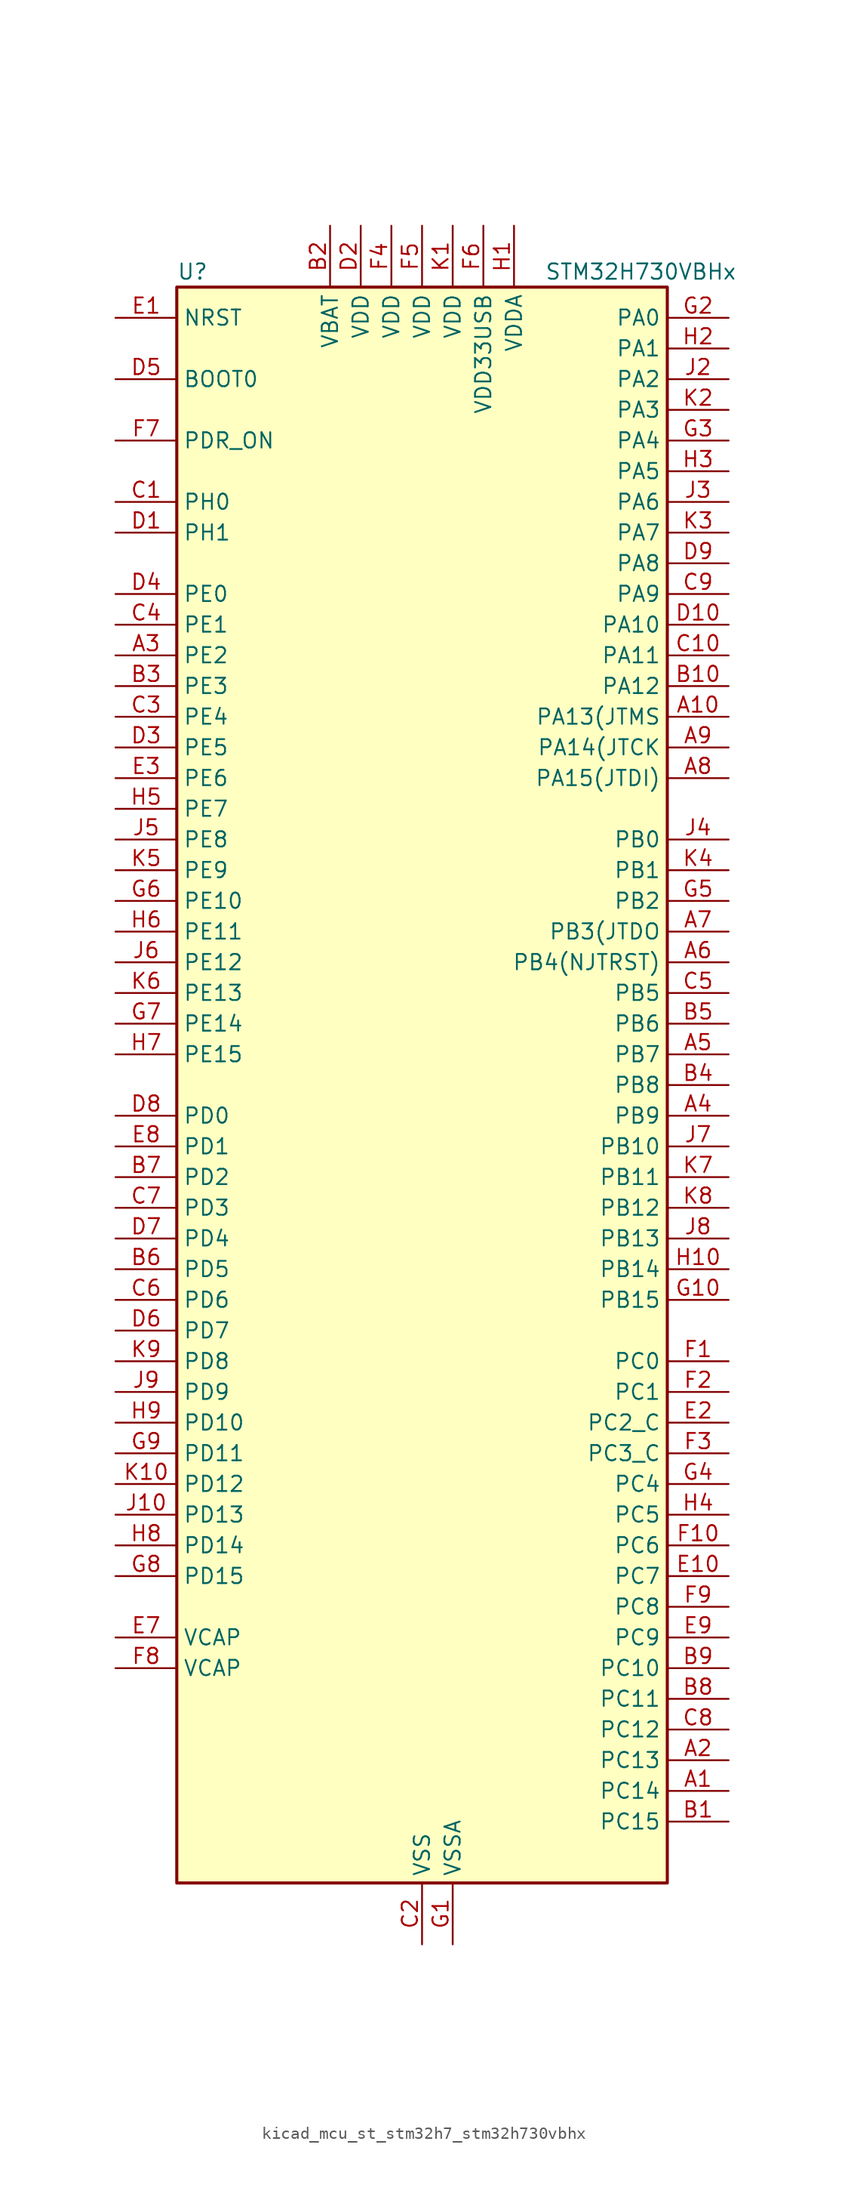
<source format=kicad_sym>
(kicad_symbol_lib
  (version 20220914)
  (generator kicad_symbol_editor)
  (symbol "kicad_mcu_st_stm32h7_stm32h730vbhx"
    (property "Reference" "U"
      (at -20.32 67.31 0)
      (effects (font (size 1.27 1.27)) (justify left)))
    (property "Value" "STM32H730VBHx"
      (at 10.16 67.31 0)
      (effects (font (size 1.27 1.27)) (justify left)))
    (property "ki_locked" ""
      (at 0 0 0)
      (effects (font (size 1.27 1.27))))
    (symbol "kicad_mcu_st_stm32h7_stm32h730vbhx_0_1"
      (rectangle (start -20.32 -66.04) (end 20.32 66.04) (stroke (width 0.254) (type default)) (fill (type background))))
    (symbol "kicad_mcu_st_stm32h7_stm32h730vbhx_1_1"
      (pin bidirectional line (at 25.4 -58.42 180) (length 5.08) (name "PC14" (effects (font (size 1.27 1.27)))) (number "A1" (effects (font (size 1.27 1.27)))) (alternate "RCC_OSC32_IN" bidirectional line))
      (pin bidirectional line (at 25.4 30.48 180) (length 5.08) (name "PA13(JTMS" (effects (font (size 1.27 1.27)))) (number "A10" (effects (font (size 1.27 1.27)))) (alternate "DEBUG_JTMS-SWDIO" bidirectional line))
      (pin bidirectional line (at 25.4 -55.88 180) (length 5.08) (name "PC13" (effects (font (size 1.27 1.27)))) (number "A2" (effects (font (size 1.27 1.27)))) (alternate "PWR_WKUP4" bidirectional line) (alternate "RTC_OUT_ALARM" bidirectional line) (alternate "RTC_OUT_CALIB" bidirectional line) (alternate "RTC_TAMP1" bidirectional line) (alternate "RTC_TS" bidirectional line))
      (pin bidirectional line (at -25.4 35.56 0) (length 5.08) (name "PE2" (effects (font (size 1.27 1.27)))) (number "A3" (effects (font (size 1.27 1.27)))) (alternate "DEBUG_TRACECLK" bidirectional line) (alternate "ETH_TXD3" bidirectional line) (alternate "FMC_A23" bidirectional line) (alternate "OCTOSPIM_P1_IO2" bidirectional line) (alternate "SAI1_CK1" bidirectional line) (alternate "SAI1_MCLK_A" bidirectional line) (alternate "SAI4_CK1" bidirectional line) (alternate "SAI4_MCLK_A" bidirectional line) (alternate "SPI4_SCK" bidirectional line) (alternate "USART10_RX" bidirectional line))
      (pin bidirectional line (at 25.4 -2.54 180) (length 5.08) (name "PB9" (effects (font (size 1.27 1.27)))) (number "A4" (effects (font (size 1.27 1.27)))) (alternate "DAC1_EXTI9" bidirectional line) (alternate "DCMI_D7" bidirectional line) (alternate "DFSDM1_DATIN7" bidirectional line) (alternate "FDCAN1_TX" bidirectional line) (alternate "I2C1_SDA" bidirectional line) (alternate "I2C4_SDA" bidirectional line) (alternate "I2C4_SMBA" bidirectional line) (alternate "I2S2_WS" bidirectional line) (alternate "LTDC_B7" bidirectional line) (alternate "PSSI_D7" bidirectional line) (alternate "SDMMC1_CDIR" bidirectional line) (alternate "SDMMC1_D5" bidirectional line) (alternate "SDMMC2_D5" bidirectional line) (alternate "SPI2_NSS" bidirectional line) (alternate "TIM17_CH1" bidirectional line) (alternate "TIM4_CH4" bidirectional line) (alternate "UART4_TX" bidirectional line))
      (pin bidirectional line (at 25.4 2.54 180) (length 5.08) (name "PB7" (effects (font (size 1.27 1.27)))) (number "A5" (effects (font (size 1.27 1.27)))) (alternate "DCMI_VSYNC" bidirectional line) (alternate "DFSDM1_CKIN5" bidirectional line) (alternate "FMC_NL" bidirectional line) (alternate "I2C1_SDA" bidirectional line) (alternate "I2C4_SDA" bidirectional line) (alternate "LPUART1_RX" bidirectional line) (alternate "PSSI_RDY" bidirectional line) (alternate "PWR_PVD_IN" bidirectional line) (alternate "TIM17_CH1N" bidirectional line) (alternate "TIM4_CH2" bidirectional line) (alternate "USART1_RX" bidirectional line))
      (pin bidirectional line (at 25.4 10.16 180) (length 5.08) (name "PB4(NJTRST)" (effects (font (size 1.27 1.27)))) (number "A6" (effects (font (size 1.27 1.27)))) (alternate "DEBUG_JTRST" bidirectional line) (alternate "I2S1_SDI" bidirectional line) (alternate "I2S2_WS" bidirectional line) (alternate "I2S3_SDI" bidirectional line) (alternate "I2S6_SDI" bidirectional line) (alternate "SDMMC2_D3" bidirectional line) (alternate "SPI1_MISO" bidirectional line) (alternate "SPI2_NSS" bidirectional line) (alternate "SPI3_MISO" bidirectional line) (alternate "SPI6_MISO" bidirectional line) (alternate "TIM16_BKIN" bidirectional line) (alternate "TIM3_CH1" bidirectional line) (alternate "UART7_TX" bidirectional line))
      (pin bidirectional line (at 25.4 12.7 180) (length 5.08) (name "PB3(JTDO" (effects (font (size 1.27 1.27)))) (number "A7" (effects (font (size 1.27 1.27)))) (alternate "CRS_SYNC" bidirectional line) (alternate "DEBUG_JTDO-SWO" bidirectional line) (alternate "I2S1_CK" bidirectional line) (alternate "I2S3_CK" bidirectional line) (alternate "I2S6_CK" bidirectional line) (alternate "SDMMC2_D2" bidirectional line) (alternate "SPI1_SCK" bidirectional line) (alternate "SPI3_SCK" bidirectional line) (alternate "SPI6_SCK" bidirectional line) (alternate "TIM24_ETR" bidirectional line) (alternate "TIM2_CH2" bidirectional line) (alternate "UART7_RX" bidirectional line))
      (pin bidirectional line (at 25.4 25.4 180) (length 5.08) (name "PA15(JTDI)" (effects (font (size 1.27 1.27)))) (number "A8" (effects (font (size 1.27 1.27)))) (alternate "ADC1_EXTI15" bidirectional line) (alternate "ADC2_EXTI15" bidirectional line) (alternate "ADC3_EXTI15" bidirectional line) (alternate "CEC" bidirectional line) (alternate "DEBUG_JTDI" bidirectional line) (alternate "I2S1_WS" bidirectional line) (alternate "I2S3_WS" bidirectional line) (alternate "I2S6_WS" bidirectional line) (alternate "LTDC_B6" bidirectional line) (alternate "LTDC_R3" bidirectional line) (alternate "SPI1_NSS" bidirectional line) (alternate "SPI3_NSS" bidirectional line) (alternate "SPI6_NSS" bidirectional line) (alternate "TIM2_CH1" bidirectional line) (alternate "TIM2_ETR" bidirectional line) (alternate "UART4_DE" bidirectional line) (alternate "UART4_RTS" bidirectional line) (alternate "UART7_TX" bidirectional line))
      (pin bidirectional line (at 25.4 27.94 180) (length 5.08) (name "PA14(JTCK" (effects (font (size 1.27 1.27)))) (number "A9" (effects (font (size 1.27 1.27)))) (alternate "DEBUG_JTCK-SWCLK" bidirectional line))
      (pin bidirectional line (at 25.4 -60.96 180) (length 5.08) (name "PC15" (effects (font (size 1.27 1.27)))) (number "B1" (effects (font (size 1.27 1.27)))) (alternate "ADC1_EXTI15" bidirectional line) (alternate "ADC2_EXTI15" bidirectional line) (alternate "ADC3_EXTI15" bidirectional line) (alternate "RCC_OSC32_OUT" bidirectional line))
      (pin bidirectional line (at 25.4 33.02 180) (length 5.08) (name "PA12" (effects (font (size 1.27 1.27)))) (number "B10" (effects (font (size 1.27 1.27)))) (alternate "FDCAN1_TX" bidirectional line) (alternate "I2S2_CK" bidirectional line) (alternate "LPUART1_DE" bidirectional line) (alternate "LPUART1_RTS" bidirectional line) (alternate "LTDC_R5" bidirectional line) (alternate "SAI4_FS_B" bidirectional line) (alternate "SPI2_SCK" bidirectional line) (alternate "TIM1_BKIN2" bidirectional line) (alternate "TIM1_ETR" bidirectional line) (alternate "UART4_TX" bidirectional line) (alternate "USART1_DE" bidirectional line) (alternate "USART1_RTS" bidirectional line) (alternate "USB_OTG_HS_DP" bidirectional line))
      (pin power_in line (at -7.62 71.12 270) (length 5.08) (name "VBAT" (effects (font (size 1.27 1.27)))) (number "B2" (effects (font (size 1.27 1.27)))))
      (pin bidirectional line (at -25.4 33.02 0) (length 5.08) (name "PE3" (effects (font (size 1.27 1.27)))) (number "B3" (effects (font (size 1.27 1.27)))) (alternate "DEBUG_TRACED0" bidirectional line) (alternate "FMC_A19" bidirectional line) (alternate "SAI1_SD_B" bidirectional line) (alternate "SAI4_SD_B" bidirectional line) (alternate "TIM15_BKIN" bidirectional line) (alternate "USART10_TX" bidirectional line))
      (pin bidirectional line (at 25.4 0 180) (length 5.08) (name "PB8" (effects (font (size 1.27 1.27)))) (number "B4" (effects (font (size 1.27 1.27)))) (alternate "DCMI_D6" bidirectional line) (alternate "DFSDM1_CKIN7" bidirectional line) (alternate "ETH_TXD3" bidirectional line) (alternate "FDCAN1_RX" bidirectional line) (alternate "I2C1_SCL" bidirectional line) (alternate "I2C4_SCL" bidirectional line) (alternate "LTDC_B6" bidirectional line) (alternate "PSSI_D6" bidirectional line) (alternate "SDMMC1_CKIN" bidirectional line) (alternate "SDMMC1_D4" bidirectional line) (alternate "SDMMC2_D4" bidirectional line) (alternate "TIM16_CH1" bidirectional line) (alternate "TIM4_CH3" bidirectional line) (alternate "UART4_RX" bidirectional line))
      (pin bidirectional line (at 25.4 5.08 180) (length 5.08) (name "PB6" (effects (font (size 1.27 1.27)))) (number "B5" (effects (font (size 1.27 1.27)))) (alternate "CEC" bidirectional line) (alternate "DCMI_D5" bidirectional line) (alternate "DFSDM1_DATIN5" bidirectional line) (alternate "FDCAN2_TX" bidirectional line) (alternate "FMC_SDNE1" bidirectional line) (alternate "I2C1_SCL" bidirectional line) (alternate "I2C4_SCL" bidirectional line) (alternate "LPUART1_TX" bidirectional line) (alternate "OCTOSPIM_P1_NCS" bidirectional line) (alternate "PSSI_D5" bidirectional line) (alternate "TIM16_CH1N" bidirectional line) (alternate "TIM4_CH1" bidirectional line) (alternate "UART5_TX" bidirectional line) (alternate "USART1_TX" bidirectional line))
      (pin bidirectional line (at -25.4 -15.24 0) (length 5.08) (name "PD5" (effects (font (size 1.27 1.27)))) (number "B6" (effects (font (size 1.27 1.27)))) (alternate "FMC_NWE" bidirectional line) (alternate "OCTOSPIM_P1_IO5" bidirectional line) (alternate "USART2_TX" bidirectional line))
      (pin bidirectional line (at -25.4 -7.62 0) (length 5.08) (name "PD2" (effects (font (size 1.27 1.27)))) (number "B7" (effects (font (size 1.27 1.27)))) (alternate "DCMI_D11" bidirectional line) (alternate "DEBUG_TRACED2" bidirectional line) (alternate "FMC_D7" bidirectional line) (alternate "FMC_DA7" bidirectional line) (alternate "LTDC_B2" bidirectional line) (alternate "LTDC_B7" bidirectional line) (alternate "PSSI_D11" bidirectional line) (alternate "SDMMC1_CMD" bidirectional line) (alternate "TIM15_BKIN" bidirectional line) (alternate "TIM3_ETR" bidirectional line) (alternate "UART5_RX" bidirectional line))
      (pin bidirectional line (at 25.4 -50.8 180) (length 5.08) (name "PC11" (effects (font (size 1.27 1.27)))) (number "B8" (effects (font (size 1.27 1.27)))) (alternate "ADC1_EXTI11" bidirectional line) (alternate "ADC2_EXTI11" bidirectional line) (alternate "ADC3_EXTI11" bidirectional line) (alternate "DCMI_D4" bidirectional line) (alternate "DFSDM1_DATIN5" bidirectional line) (alternate "I2C5_SCL" bidirectional line) (alternate "I2S3_SDI" bidirectional line) (alternate "LTDC_B4" bidirectional line) (alternate "OCTOSPIM_P1_NCS" bidirectional line) (alternate "PSSI_D4" bidirectional line) (alternate "SDMMC1_D3" bidirectional line) (alternate "SPI3_MISO" bidirectional line) (alternate "UART4_RX" bidirectional line) (alternate "USART3_RX" bidirectional line))
      (pin bidirectional line (at 25.4 -48.26 180) (length 5.08) (name "PC10" (effects (font (size 1.27 1.27)))) (number "B9" (effects (font (size 1.27 1.27)))) (alternate "DCMI_D8" bidirectional line) (alternate "DFSDM1_CKIN5" bidirectional line) (alternate "I2C5_SDA" bidirectional line) (alternate "I2S3_CK" bidirectional line) (alternate "LTDC_B1" bidirectional line) (alternate "LTDC_R2" bidirectional line) (alternate "OCTOSPIM_P1_IO1" bidirectional line) (alternate "PSSI_D8" bidirectional line) (alternate "SDMMC1_D2" bidirectional line) (alternate "SPI3_SCK" bidirectional line) (alternate "SWPMI1_RX" bidirectional line) (alternate "UART4_TX" bidirectional line) (alternate "USART3_TX" bidirectional line))
      (pin bidirectional line (at -25.4 48.26 0) (length 5.08) (name "PH0" (effects (font (size 1.27 1.27)))) (number "C1" (effects (font (size 1.27 1.27)))) (alternate "RCC_OSC_IN" bidirectional line))
      (pin bidirectional line (at 25.4 35.56 180) (length 5.08) (name "PA11" (effects (font (size 1.27 1.27)))) (number "C10" (effects (font (size 1.27 1.27)))) (alternate "ADC1_EXTI11" bidirectional line) (alternate "ADC2_EXTI11" bidirectional line) (alternate "ADC3_EXTI11" bidirectional line) (alternate "FDCAN1_RX" bidirectional line) (alternate "I2S2_WS" bidirectional line) (alternate "LPUART1_CTS" bidirectional line) (alternate "LTDC_R4" bidirectional line) (alternate "SPI2_NSS" bidirectional line) (alternate "TIM1_CH4" bidirectional line) (alternate "UART4_RX" bidirectional line) (alternate "USART1_CTS" bidirectional line) (alternate "USART1_NSS" bidirectional line) (alternate "USB_OTG_HS_DM" bidirectional line))
      (pin power_in line (at 0 -71.12 90) (length 5.08) (name "VSS" (effects (font (size 1.27 1.27)))) (number "C2" (effects (font (size 1.27 1.27)))))
      (pin bidirectional line (at -25.4 30.48 0) (length 5.08) (name "PE4" (effects (font (size 1.27 1.27)))) (number "C3" (effects (font (size 1.27 1.27)))) (alternate "DCMI_D4" bidirectional line) (alternate "DEBUG_TRACED1" bidirectional line) (alternate "DFSDM1_DATIN3" bidirectional line) (alternate "FMC_A20" bidirectional line) (alternate "LTDC_B0" bidirectional line) (alternate "PSSI_D4" bidirectional line) (alternate "SAI1_D2" bidirectional line) (alternate "SAI1_FS_A" bidirectional line) (alternate "SAI4_D2" bidirectional line) (alternate "SAI4_FS_A" bidirectional line) (alternate "SPI4_NSS" bidirectional line) (alternate "TIM15_CH1N" bidirectional line))
      (pin bidirectional line (at -25.4 38.1 0) (length 5.08) (name "PE1" (effects (font (size 1.27 1.27)))) (number "C4" (effects (font (size 1.27 1.27)))) (alternate "DCMI_D3" bidirectional line) (alternate "FMC_NBL1" bidirectional line) (alternate "LPTIM1_IN2" bidirectional line) (alternate "LTDC_R6" bidirectional line) (alternate "PSSI_D3" bidirectional line) (alternate "UART8_TX" bidirectional line))
      (pin bidirectional line (at 25.4 7.62 180) (length 5.08) (name "PB5" (effects (font (size 1.27 1.27)))) (number "C5" (effects (font (size 1.27 1.27)))) (alternate "DCMI_D10" bidirectional line) (alternate "ETH_PPS_OUT" bidirectional line) (alternate "FDCAN2_RX" bidirectional line) (alternate "FMC_SDCKE1" bidirectional line) (alternate "I2C1_SMBA" bidirectional line) (alternate "I2C4_SMBA" bidirectional line) (alternate "I2S1_SDO" bidirectional line) (alternate "I2S3_SDO" bidirectional line) (alternate "I2S6_SDO" bidirectional line) (alternate "LTDC_B5" bidirectional line) (alternate "PSSI_D10" bidirectional line) (alternate "SPI1_MOSI" bidirectional line) (alternate "SPI3_MOSI" bidirectional line) (alternate "SPI6_MOSI" bidirectional line) (alternate "TIM17_BKIN" bidirectional line) (alternate "TIM3_CH2" bidirectional line) (alternate "UART5_RX" bidirectional line) (alternate "USB_OTG_HS_ULPI_D7" bidirectional line))
      (pin bidirectional line (at -25.4 -17.78 0) (length 5.08) (name "PD6" (effects (font (size 1.27 1.27)))) (number "C6" (effects (font (size 1.27 1.27)))) (alternate "DCMI_D10" bidirectional line) (alternate "DFSDM1_CKIN4" bidirectional line) (alternate "DFSDM1_DATIN1" bidirectional line) (alternate "FMC_NWAIT" bidirectional line) (alternate "I2S3_SDO" bidirectional line) (alternate "LTDC_B2" bidirectional line) (alternate "OCTOSPIM_P1_IO6" bidirectional line) (alternate "PSSI_D10" bidirectional line) (alternate "SAI1_D1" bidirectional line) (alternate "SAI1_SD_A" bidirectional line) (alternate "SAI4_D1" bidirectional line) (alternate "SAI4_SD_A" bidirectional line) (alternate "SDMMC2_CK" bidirectional line) (alternate "SPI3_MOSI" bidirectional line) (alternate "USART2_RX" bidirectional line))
      (pin bidirectional line (at -25.4 -10.16 0) (length 5.08) (name "PD3" (effects (font (size 1.27 1.27)))) (number "C7" (effects (font (size 1.27 1.27)))) (alternate "DCMI_D5" bidirectional line) (alternate "DFSDM1_CKOUT" bidirectional line) (alternate "FMC_CLK" bidirectional line) (alternate "I2S2_CK" bidirectional line) (alternate "LTDC_G7" bidirectional line) (alternate "PSSI_D5" bidirectional line) (alternate "SPI2_SCK" bidirectional line) (alternate "USART2_CTS" bidirectional line) (alternate "USART2_NSS" bidirectional line))
      (pin bidirectional line (at 25.4 -53.34 180) (length 5.08) (name "PC12" (effects (font (size 1.27 1.27)))) (number "C8" (effects (font (size 1.27 1.27)))) (alternate "DCMI_D9" bidirectional line) (alternate "DEBUG_TRACED3" bidirectional line) (alternate "FMC_D6" bidirectional line) (alternate "FMC_DA6" bidirectional line) (alternate "I2C5_SMBA" bidirectional line) (alternate "I2S3_SDO" bidirectional line) (alternate "I2S6_CK" bidirectional line) (alternate "LTDC_R6" bidirectional line) (alternate "PSSI_D9" bidirectional line) (alternate "SDMMC1_CK" bidirectional line) (alternate "SPI3_MOSI" bidirectional line) (alternate "SPI6_SCK" bidirectional line) (alternate "TIM15_CH1" bidirectional line) (alternate "UART5_TX" bidirectional line) (alternate "USART3_CK" bidirectional line))
      (pin bidirectional line (at 25.4 40.64 180) (length 5.08) (name "PA9" (effects (font (size 1.27 1.27)))) (number "C9" (effects (font (size 1.27 1.27)))) (alternate "DAC1_EXTI9" bidirectional line) (alternate "DCMI_D0" bidirectional line) (alternate "ETH_TX_ER" bidirectional line) (alternate "I2C3_SMBA" bidirectional line) (alternate "I2C5_SMBA" bidirectional line) (alternate "I2S2_CK" bidirectional line) (alternate "LPUART1_TX" bidirectional line) (alternate "LTDC_R5" bidirectional line) (alternate "PSSI_D0" bidirectional line) (alternate "SPI2_SCK" bidirectional line) (alternate "TIM1_CH2" bidirectional line) (alternate "USART1_TX" bidirectional line) (alternate "USB_OTG_HS_VBUS" bidirectional line))
      (pin bidirectional line (at -25.4 45.72 0) (length 5.08) (name "PH1" (effects (font (size 1.27 1.27)))) (number "D1" (effects (font (size 1.27 1.27)))) (alternate "RCC_OSC_OUT" bidirectional line))
      (pin bidirectional line (at 25.4 38.1 180) (length 5.08) (name "PA10" (effects (font (size 1.27 1.27)))) (number "D10" (effects (font (size 1.27 1.27)))) (alternate "DCMI_D1" bidirectional line) (alternate "LPUART1_RX" bidirectional line) (alternate "LTDC_B1" bidirectional line) (alternate "LTDC_B4" bidirectional line) (alternate "MDIOS_MDIO" bidirectional line) (alternate "PSSI_D1" bidirectional line) (alternate "TIM1_CH3" bidirectional line) (alternate "USART1_RX" bidirectional line) (alternate "USB_OTG_HS_ID" bidirectional line))
      (pin power_in line (at -5.08 71.12 270) (length 5.08) (name "VDD" (effects (font (size 1.27 1.27)))) (number "D2" (effects (font (size 1.27 1.27)))))
      (pin bidirectional line (at -25.4 27.94 0) (length 5.08) (name "PE5" (effects (font (size 1.27 1.27)))) (number "D3" (effects (font (size 1.27 1.27)))) (alternate "DCMI_D6" bidirectional line) (alternate "DEBUG_TRACED2" bidirectional line) (alternate "DFSDM1_CKIN3" bidirectional line) (alternate "FMC_A21" bidirectional line) (alternate "LTDC_G0" bidirectional line) (alternate "PSSI_D6" bidirectional line) (alternate "SAI1_CK2" bidirectional line) (alternate "SAI1_SCK_A" bidirectional line) (alternate "SAI4_CK2" bidirectional line) (alternate "SAI4_SCK_A" bidirectional line) (alternate "SPI4_MISO" bidirectional line) (alternate "TIM15_CH1" bidirectional line))
      (pin bidirectional line (at -25.4 40.64 0) (length 5.08) (name "PE0" (effects (font (size 1.27 1.27)))) (number "D4" (effects (font (size 1.27 1.27)))) (alternate "DCMI_D2" bidirectional line) (alternate "FMC_NBL0" bidirectional line) (alternate "LPTIM1_ETR" bidirectional line) (alternate "LPTIM2_ETR" bidirectional line) (alternate "LTDC_R0" bidirectional line) (alternate "PSSI_D2" bidirectional line) (alternate "SAI4_MCLK_A" bidirectional line) (alternate "TIM4_ETR" bidirectional line) (alternate "UART8_RX" bidirectional line))
      (pin input line (at -25.4 58.42 0) (length 5.08) (name "BOOT0" (effects (font (size 1.27 1.27)))) (number "D5" (effects (font (size 1.27 1.27)))))
      (pin bidirectional line (at -25.4 -20.32 0) (length 5.08) (name "PD7" (effects (font (size 1.27 1.27)))) (number "D6" (effects (font (size 1.27 1.27)))) (alternate "DFSDM1_CKIN1" bidirectional line) (alternate "DFSDM1_DATIN4" bidirectional line) (alternate "FMC_NE1" bidirectional line) (alternate "I2S1_SDO" bidirectional line) (alternate "OCTOSPIM_P1_IO7" bidirectional line) (alternate "SDMMC2_CMD" bidirectional line) (alternate "SPDIFRX1_IN0" bidirectional line) (alternate "SPI1_MOSI" bidirectional line) (alternate "USART2_CK" bidirectional line))
      (pin bidirectional line (at -25.4 -12.7 0) (length 5.08) (name "PD4" (effects (font (size 1.27 1.27)))) (number "D7" (effects (font (size 1.27 1.27)))) (alternate "FMC_NOE" bidirectional line) (alternate "OCTOSPIM_P1_IO4" bidirectional line) (alternate "USART2_DE" bidirectional line) (alternate "USART2_RTS" bidirectional line))
      (pin bidirectional line (at -25.4 -2.54 0) (length 5.08) (name "PD0" (effects (font (size 1.27 1.27)))) (number "D8" (effects (font (size 1.27 1.27)))) (alternate "DFSDM1_CKIN6" bidirectional line) (alternate "FDCAN1_RX" bidirectional line) (alternate "FMC_D2" bidirectional line) (alternate "FMC_DA2" bidirectional line) (alternate "LTDC_B1" bidirectional line) (alternate "UART4_RX" bidirectional line) (alternate "UART9_CTS" bidirectional line))
      (pin bidirectional line (at 25.4 43.18 180) (length 5.08) (name "PA8" (effects (font (size 1.27 1.27)))) (number "D9" (effects (font (size 1.27 1.27)))) (alternate "I2C3_SCL" bidirectional line) (alternate "I2C5_SCL" bidirectional line) (alternate "LTDC_B3" bidirectional line) (alternate "LTDC_R6" bidirectional line) (alternate "RCC_MCO_1" bidirectional line) (alternate "TIM1_CH1" bidirectional line) (alternate "TIM8_BKIN2" bidirectional line) (alternate "TIM8_BKIN2_COMP1" bidirectional line) (alternate "TIM8_BKIN2_COMP2" bidirectional line) (alternate "UART7_RX" bidirectional line) (alternate "USART1_CK" bidirectional line) (alternate "USB_OTG_HS_SOF" bidirectional line))
      (pin input line (at -25.4 63.5 0) (length 5.08) (name "NRST" (effects (font (size 1.27 1.27)))) (number "E1" (effects (font (size 1.27 1.27)))))
      (pin bidirectional line (at 25.4 -40.64 180) (length 5.08) (name "PC7" (effects (font (size 1.27 1.27)))) (number "E10" (effects (font (size 1.27 1.27)))) (alternate "DCMI_D1" bidirectional line) (alternate "DEBUG_TRGIO" bidirectional line) (alternate "DFSDM1_DATIN3" bidirectional line) (alternate "FMC_NE1" bidirectional line) (alternate "I2S3_MCK" bidirectional line) (alternate "LTDC_G6" bidirectional line) (alternate "PSSI_D1" bidirectional line) (alternate "SDMMC1_D123DIR" bidirectional line) (alternate "SDMMC1_D7" bidirectional line) (alternate "SDMMC2_D7" bidirectional line) (alternate "SWPMI1_TX" bidirectional line) (alternate "TIM3_CH2" bidirectional line) (alternate "TIM8_CH2" bidirectional line) (alternate "USART6_RX" bidirectional line))
      (pin bidirectional line (at 25.4 -27.94 180) (length 5.08) (name "PC2_C" (effects (font (size 1.27 1.27)))) (number "E2" (effects (font (size 1.27 1.27)))) (alternate "ADC3_INN1" bidirectional line) (alternate "ADC3_INP0" bidirectional line) (alternate "DFSDM1_CKIN1" bidirectional line) (alternate "DFSDM1_CKOUT" bidirectional line) (alternate "ETH_TXD2" bidirectional line) (alternate "FMC_SDNE0" bidirectional line) (alternate "I2S2_SDI" bidirectional line) (alternate "OCTOSPIM_P1_IO2" bidirectional line) (alternate "OCTOSPIM_P1_IO5" bidirectional line) (alternate "PWR_CSTOP" bidirectional line) (alternate "SPI2_MISO" bidirectional line) (alternate "USB_OTG_HS_ULPI_DIR" bidirectional line))
      (pin bidirectional line (at -25.4 25.4 0) (length 5.08) (name "PE6" (effects (font (size 1.27 1.27)))) (number "E3" (effects (font (size 1.27 1.27)))) (alternate "DCMI_D7" bidirectional line) (alternate "DEBUG_TRACED3" bidirectional line) (alternate "FMC_A22" bidirectional line) (alternate "LTDC_G1" bidirectional line) (alternate "PSSI_D7" bidirectional line) (alternate "SAI1_D1" bidirectional line) (alternate "SAI1_SD_A" bidirectional line) (alternate "SAI4_D1" bidirectional line) (alternate "SAI4_MCLK_B" bidirectional line) (alternate "SAI4_SD_A" bidirectional line) (alternate "SPI4_MOSI" bidirectional line) (alternate "TIM15_CH2" bidirectional line) (alternate "TIM1_BKIN2" bidirectional line) (alternate "TIM1_BKIN2_COMP1" bidirectional line) (alternate "TIM1_BKIN2_COMP2" bidirectional line))
      (pin passive line (at 0 -71.12 90) (length 5.08) hide (name "VSS" (effects (font (size 1.27 1.27)))) (number "E4" (effects (font (size 1.27 1.27)))))
      (pin passive line (at 0 -71.12 90) (length 5.08) hide (name "VSS" (effects (font (size 1.27 1.27)))) (number "E5" (effects (font (size 1.27 1.27)))))
      (pin passive line (at 0 -71.12 90) (length 5.08) hide (name "VSS" (effects (font (size 1.27 1.27)))) (number "E6" (effects (font (size 1.27 1.27)))))
      (pin power_out line (at -25.4 -45.72 0) (length 5.08) (name "VCAP" (effects (font (size 1.27 1.27)))) (number "E7" (effects (font (size 1.27 1.27)))))
      (pin bidirectional line (at -25.4 -5.08 0) (length 5.08) (name "PD1" (effects (font (size 1.27 1.27)))) (number "E8" (effects (font (size 1.27 1.27)))) (alternate "DFSDM1_DATIN6" bidirectional line) (alternate "FDCAN1_TX" bidirectional line) (alternate "FMC_D3" bidirectional line) (alternate "FMC_DA3" bidirectional line) (alternate "UART4_TX" bidirectional line))
      (pin bidirectional line (at 25.4 -45.72 180) (length 5.08) (name "PC9" (effects (font (size 1.27 1.27)))) (number "E9" (effects (font (size 1.27 1.27)))) (alternate "DAC1_EXTI9" bidirectional line) (alternate "DCMI_D3" bidirectional line) (alternate "I2C3_SDA" bidirectional line) (alternate "I2C5_SDA" bidirectional line) (alternate "I2S_CKIN" bidirectional line) (alternate "LTDC_B2" bidirectional line) (alternate "LTDC_G3" bidirectional line) (alternate "OCTOSPIM_P1_IO0" bidirectional line) (alternate "PSSI_D3" bidirectional line) (alternate "RCC_MCO_2" bidirectional line) (alternate "SDMMC1_D1" bidirectional line) (alternate "SWPMI1_SUSPEND" bidirectional line) (alternate "TIM3_CH4" bidirectional line) (alternate "TIM8_CH4" bidirectional line) (alternate "UART5_CTS" bidirectional line))
      (pin bidirectional line (at 25.4 -22.86 180) (length 5.08) (name "PC0" (effects (font (size 1.27 1.27)))) (number "F1" (effects (font (size 1.27 1.27)))) (alternate "ADC1_INP10" bidirectional line) (alternate "ADC2_INP10" bidirectional line) (alternate "ADC3_INP10" bidirectional line) (alternate "DFSDM1_CKIN0" bidirectional line) (alternate "DFSDM1_DATIN4" bidirectional line) (alternate "FMC_A25" bidirectional line) (alternate "FMC_D12" bidirectional line) (alternate "FMC_DA12" bidirectional line) (alternate "FMC_SDNWE" bidirectional line) (alternate "LTDC_G2" bidirectional line) (alternate "LTDC_R5" bidirectional line) (alternate "SAI4_FS_B" bidirectional line) (alternate "USB_OTG_HS_ULPI_STP" bidirectional line))
      (pin bidirectional line (at 25.4 -38.1 180) (length 5.08) (name "PC6" (effects (font (size 1.27 1.27)))) (number "F10" (effects (font (size 1.27 1.27)))) (alternate "DCMI_D0" bidirectional line) (alternate "DFSDM1_CKIN3" bidirectional line) (alternate "FMC_NWAIT" bidirectional line) (alternate "I2S2_MCK" bidirectional line) (alternate "LTDC_HSYNC" bidirectional line) (alternate "PSSI_D0" bidirectional line) (alternate "SDMMC1_D0DIR" bidirectional line) (alternate "SDMMC1_D6" bidirectional line) (alternate "SDMMC2_D6" bidirectional line) (alternate "SWPMI1_IO" bidirectional line) (alternate "TIM3_CH1" bidirectional line) (alternate "TIM8_CH1" bidirectional line) (alternate "USART6_TX" bidirectional line))
      (pin bidirectional line (at 25.4 -25.4 180) (length 5.08) (name "PC1" (effects (font (size 1.27 1.27)))) (number "F2" (effects (font (size 1.27 1.27)))) (alternate "ADC1_INN10" bidirectional line) (alternate "ADC1_INP11" bidirectional line) (alternate "ADC2_INN10" bidirectional line) (alternate "ADC2_INP11" bidirectional line) (alternate "ADC3_INN10" bidirectional line) (alternate "ADC3_INP11" bidirectional line) (alternate "DEBUG_TRACED0" bidirectional line) (alternate "DFSDM1_CKIN4" bidirectional line) (alternate "DFSDM1_DATIN0" bidirectional line) (alternate "ETH_MDC" bidirectional line) (alternate "I2S2_SDO" bidirectional line) (alternate "LTDC_G5" bidirectional line) (alternate "MDIOS_MDC" bidirectional line) (alternate "OCTOSPIM_P1_IO4" bidirectional line) (alternate "PWR_WKUP6" bidirectional line) (alternate "RTC_TAMP3" bidirectional line) (alternate "SAI1_D1" bidirectional line) (alternate "SAI1_SD_A" bidirectional line) (alternate "SAI4_D1" bidirectional line) (alternate "SAI4_SD_A" bidirectional line) (alternate "SDMMC2_CK" bidirectional line) (alternate "SPI2_MOSI" bidirectional line))
      (pin bidirectional line (at 25.4 -30.48 180) (length 5.08) (name "PC3_C" (effects (font (size 1.27 1.27)))) (number "F3" (effects (font (size 1.27 1.27)))) (alternate "ADC3_INP1" bidirectional line) (alternate "DFSDM1_DATIN1" bidirectional line) (alternate "ETH_TX_CLK" bidirectional line) (alternate "FMC_SDCKE0" bidirectional line) (alternate "I2S2_SDO" bidirectional line) (alternate "OCTOSPIM_P1_IO0" bidirectional line) (alternate "OCTOSPIM_P1_IO6" bidirectional line) (alternate "PWR_CSLEEP" bidirectional line) (alternate "SPI2_MOSI" bidirectional line) (alternate "USB_OTG_HS_ULPI_NXT" bidirectional line))
      (pin power_in line (at -2.54 71.12 270) (length 5.08) (name "VDD" (effects (font (size 1.27 1.27)))) (number "F4" (effects (font (size 1.27 1.27)))))
      (pin power_in line (at 0 71.12 270) (length 5.08) (name "VDD" (effects (font (size 1.27 1.27)))) (number "F5" (effects (font (size 1.27 1.27)))))
      (pin power_in line (at 5.08 71.12 270) (length 5.08) (name "VDD33USB" (effects (font (size 1.27 1.27)))) (number "F6" (effects (font (size 1.27 1.27)))))
      (pin input line (at -25.4 53.34 0) (length 5.08) (name "PDR_ON" (effects (font (size 1.27 1.27)))) (number "F7" (effects (font (size 1.27 1.27)))))
      (pin power_out line (at -25.4 -48.26 0) (length 5.08) (name "VCAP" (effects (font (size 1.27 1.27)))) (number "F8" (effects (font (size 1.27 1.27)))))
      (pin bidirectional line (at 25.4 -43.18 180) (length 5.08) (name "PC8" (effects (font (size 1.27 1.27)))) (number "F9" (effects (font (size 1.27 1.27)))) (alternate "DCMI_D2" bidirectional line) (alternate "DEBUG_TRACED1" bidirectional line) (alternate "FMC_INT" bidirectional line) (alternate "FMC_NCE" bidirectional line) (alternate "FMC_NE2" bidirectional line) (alternate "PSSI_D2" bidirectional line) (alternate "SDMMC1_D0" bidirectional line) (alternate "SWPMI1_RX" bidirectional line) (alternate "TIM3_CH3" bidirectional line) (alternate "TIM8_CH3" bidirectional line) (alternate "UART5_DE" bidirectional line) (alternate "UART5_RTS" bidirectional line) (alternate "USART6_CK" bidirectional line))
      (pin power_in line (at 2.54 -71.12 90) (length 5.08) (name "VSSA" (effects (font (size 1.27 1.27)))) (number "G1" (effects (font (size 1.27 1.27)))))
      (pin bidirectional line (at 25.4 -17.78 180) (length 5.08) (name "PB15" (effects (font (size 1.27 1.27)))) (number "G10" (effects (font (size 1.27 1.27)))) (alternate "ADC1_EXTI15" bidirectional line) (alternate "ADC2_EXTI15" bidirectional line) (alternate "ADC3_EXTI15" bidirectional line) (alternate "DFSDM1_CKIN2" bidirectional line) (alternate "FMC_D11" bidirectional line) (alternate "FMC_DA11" bidirectional line) (alternate "I2S2_SDO" bidirectional line) (alternate "LTDC_G7" bidirectional line) (alternate "RTC_REFIN" bidirectional line) (alternate "SDMMC2_D1" bidirectional line) (alternate "SPI2_MOSI" bidirectional line) (alternate "TIM12_CH2" bidirectional line) (alternate "TIM1_CH3N" bidirectional line) (alternate "TIM8_CH3N" bidirectional line) (alternate "UART4_CTS" bidirectional line) (alternate "USART1_RX" bidirectional line))
      (pin bidirectional line (at 25.4 63.5 180) (length 5.08) (name "PA0" (effects (font (size 1.27 1.27)))) (number "G2" (effects (font (size 1.27 1.27)))) (alternate "ADC1_INP16" bidirectional line) (alternate "ETH_CRS" bidirectional line) (alternate "FMC_A19" bidirectional line) (alternate "I2S6_WS" bidirectional line) (alternate "PWR_WKUP1" bidirectional line) (alternate "SAI4_SD_B" bidirectional line) (alternate "SDMMC2_CMD" bidirectional line) (alternate "SPI6_NSS" bidirectional line) (alternate "TIM15_BKIN" bidirectional line) (alternate "TIM2_CH1" bidirectional line) (alternate "TIM2_ETR" bidirectional line) (alternate "TIM5_CH1" bidirectional line) (alternate "TIM8_ETR" bidirectional line) (alternate "UART4_TX" bidirectional line) (alternate "USART2_CTS" bidirectional line) (alternate "USART2_NSS" bidirectional line))
      (pin bidirectional line (at 25.4 53.34 180) (length 5.08) (name "PA4" (effects (font (size 1.27 1.27)))) (number "G3" (effects (font (size 1.27 1.27)))) (alternate "ADC1_INP18" bidirectional line) (alternate "ADC2_INP18" bidirectional line) (alternate "DAC1_OUT1" bidirectional line) (alternate "DCMI_HSYNC" bidirectional line) (alternate "FMC_D8" bidirectional line) (alternate "FMC_DA8" bidirectional line) (alternate "I2S1_WS" bidirectional line) (alternate "I2S3_WS" bidirectional line) (alternate "I2S6_WS" bidirectional line) (alternate "LTDC_VSYNC" bidirectional line) (alternate "PSSI_DE" bidirectional line) (alternate "SPI1_NSS" bidirectional line) (alternate "SPI3_NSS" bidirectional line) (alternate "SPI6_NSS" bidirectional line) (alternate "TIM5_ETR" bidirectional line) (alternate "USART2_CK" bidirectional line))
      (pin bidirectional line (at 25.4 -33.02 180) (length 5.08) (name "PC4" (effects (font (size 1.27 1.27)))) (number "G4" (effects (font (size 1.27 1.27)))) (alternate "ADC1_INP4" bidirectional line) (alternate "ADC2_INP4" bidirectional line) (alternate "COMP1_INM" bidirectional line) (alternate "DFSDM1_CKIN2" bidirectional line) (alternate "ETH_RXD0" bidirectional line) (alternate "FMC_A22" bidirectional line) (alternate "FMC_SDNE0" bidirectional line) (alternate "I2S1_MCK" bidirectional line) (alternate "LTDC_R7" bidirectional line) (alternate "OPAMP1_VOUT" bidirectional line) (alternate "SDMMC2_CKIN" bidirectional line) (alternate "SPDIFRX1_IN2" bidirectional line))
      (pin bidirectional line (at 25.4 15.24 180) (length 5.08) (name "PB2" (effects (font (size 1.27 1.27)))) (number "G5" (effects (font (size 1.27 1.27)))) (alternate "COMP1_INP" bidirectional line) (alternate "DFSDM1_CKIN1" bidirectional line) (alternate "ETH_TX_ER" bidirectional line) (alternate "I2S3_SDO" bidirectional line) (alternate "OCTOSPIM_P1_CLK" bidirectional line) (alternate "OCTOSPIM_P1_DQS" bidirectional line) (alternate "RTC_OUT_ALARM" bidirectional line) (alternate "RTC_OUT_CALIB" bidirectional line) (alternate "SAI1_D1" bidirectional line) (alternate "SAI1_SD_A" bidirectional line) (alternate "SAI4_D1" bidirectional line) (alternate "SAI4_SD_A" bidirectional line) (alternate "SPI3_MOSI" bidirectional line) (alternate "TIM23_ETR" bidirectional line))
      (pin bidirectional line (at -25.4 15.24 0) (length 5.08) (name "PE10" (effects (font (size 1.27 1.27)))) (number "G6" (effects (font (size 1.27 1.27)))) (alternate "COMP2_INM" bidirectional line) (alternate "DFSDM1_DATIN4" bidirectional line) (alternate "FMC_D7" bidirectional line) (alternate "FMC_DA7" bidirectional line) (alternate "OCTOSPIM_P1_IO7" bidirectional line) (alternate "TIM1_CH2N" bidirectional line) (alternate "UART7_CTS" bidirectional line))
      (pin bidirectional line (at -25.4 5.08 0) (length 5.08) (name "PE14" (effects (font (size 1.27 1.27)))) (number "G7" (effects (font (size 1.27 1.27)))) (alternate "FMC_D11" bidirectional line) (alternate "FMC_DA11" bidirectional line) (alternate "LTDC_CLK" bidirectional line) (alternate "SAI4_MCLK_B" bidirectional line) (alternate "SPI4_MOSI" bidirectional line) (alternate "TIM1_CH4" bidirectional line))
      (pin bidirectional line (at -25.4 -40.64 0) (length 5.08) (name "PD15" (effects (font (size 1.27 1.27)))) (number "G8" (effects (font (size 1.27 1.27)))) (alternate "ADC1_EXTI15" bidirectional line) (alternate "ADC2_EXTI15" bidirectional line) (alternate "ADC3_EXTI15" bidirectional line) (alternate "FMC_D1" bidirectional line) (alternate "FMC_DA1" bidirectional line) (alternate "TIM4_CH4" bidirectional line) (alternate "UART8_DE" bidirectional line) (alternate "UART8_RTS" bidirectional line) (alternate "UART9_TX" bidirectional line))
      (pin bidirectional line (at -25.4 -30.48 0) (length 5.08) (name "PD11" (effects (font (size 1.27 1.27)))) (number "G9" (effects (font (size 1.27 1.27)))) (alternate "ADC1_EXTI11" bidirectional line) (alternate "ADC2_EXTI11" bidirectional line) (alternate "ADC3_EXTI11" bidirectional line) (alternate "FMC_A16" bidirectional line) (alternate "FMC_CLE" bidirectional line) (alternate "I2C4_SMBA" bidirectional line) (alternate "LPTIM2_IN2" bidirectional line) (alternate "OCTOSPIM_P1_IO0" bidirectional line) (alternate "SAI4_SD_A" bidirectional line) (alternate "USART3_CTS" bidirectional line) (alternate "USART3_NSS" bidirectional line))
      (pin power_in line (at 7.62 71.12 270) (length 5.08) (name "VDDA" (effects (font (size 1.27 1.27)))) (number "H1" (effects (font (size 1.27 1.27)))))
      (pin bidirectional line (at 25.4 -15.24 180) (length 5.08) (name "PB14" (effects (font (size 1.27 1.27)))) (number "H10" (effects (font (size 1.27 1.27)))) (alternate "DFSDM1_DATIN2" bidirectional line) (alternate "FMC_D10" bidirectional line) (alternate "FMC_DA10" bidirectional line) (alternate "I2S2_SDI" bidirectional line) (alternate "LTDC_CLK" bidirectional line) (alternate "SDMMC2_D0" bidirectional line) (alternate "SPI2_MISO" bidirectional line) (alternate "TIM12_CH1" bidirectional line) (alternate "TIM1_CH2N" bidirectional line) (alternate "TIM8_CH2N" bidirectional line) (alternate "UART4_DE" bidirectional line) (alternate "UART4_RTS" bidirectional line) (alternate "USART1_TX" bidirectional line) (alternate "USART3_DE" bidirectional line) (alternate "USART3_RTS" bidirectional line))
      (pin bidirectional line (at 25.4 60.96 180) (length 5.08) (name "PA1" (effects (font (size 1.27 1.27)))) (number "H2" (effects (font (size 1.27 1.27)))) (alternate "ADC1_INN16" bidirectional line) (alternate "ADC1_INP17" bidirectional line) (alternate "ETH_REF_CLK" bidirectional line) (alternate "ETH_RX_CLK" bidirectional line) (alternate "LPTIM3_OUT" bidirectional line) (alternate "LTDC_R2" bidirectional line) (alternate "OCTOSPIM_P1_DQS" bidirectional line) (alternate "OCTOSPIM_P1_IO3" bidirectional line) (alternate "SAI4_MCLK_B" bidirectional line) (alternate "TIM15_CH1N" bidirectional line) (alternate "TIM2_CH2" bidirectional line) (alternate "TIM5_CH2" bidirectional line) (alternate "UART4_RX" bidirectional line) (alternate "USART2_DE" bidirectional line) (alternate "USART2_RTS" bidirectional line))
      (pin bidirectional line (at 25.4 50.8 180) (length 5.08) (name "PA5" (effects (font (size 1.27 1.27)))) (number "H3" (effects (font (size 1.27 1.27)))) (alternate "ADC1_INN18" bidirectional line) (alternate "ADC1_INP19" bidirectional line) (alternate "ADC2_INN18" bidirectional line) (alternate "ADC2_INP19" bidirectional line) (alternate "DAC1_OUT2" bidirectional line) (alternate "FMC_D9" bidirectional line) (alternate "FMC_DA9" bidirectional line) (alternate "I2S1_CK" bidirectional line) (alternate "I2S6_CK" bidirectional line) (alternate "LTDC_R4" bidirectional line) (alternate "PSSI_D14" bidirectional line) (alternate "PWR_NDSTOP2" bidirectional line) (alternate "SPI1_SCK" bidirectional line) (alternate "SPI6_SCK" bidirectional line) (alternate "TIM2_CH1" bidirectional line) (alternate "TIM2_ETR" bidirectional line) (alternate "TIM8_CH1N" bidirectional line) (alternate "USB_OTG_HS_ULPI_CK" bidirectional line))
      (pin bidirectional line (at 25.4 -35.56 180) (length 5.08) (name "PC5" (effects (font (size 1.27 1.27)))) (number "H4" (effects (font (size 1.27 1.27)))) (alternate "ADC1_INN4" bidirectional line) (alternate "ADC1_INP8" bidirectional line) (alternate "ADC2_INN4" bidirectional line) (alternate "ADC2_INP8" bidirectional line) (alternate "COMP1_OUT" bidirectional line) (alternate "DFSDM1_DATIN2" bidirectional line) (alternate "ETH_RXD1" bidirectional line) (alternate "FMC_SDCKE0" bidirectional line) (alternate "LTDC_DE" bidirectional line) (alternate "OCTOSPIM_P1_DQS" bidirectional line) (alternate "OPAMP1_VINM" bidirectional line) (alternate "PSSI_D15" bidirectional line) (alternate "SAI1_D3" bidirectional line) (alternate "SAI4_D3" bidirectional line) (alternate "SPDIFRX1_IN3" bidirectional line))
      (pin bidirectional line (at -25.4 22.86 0) (length 5.08) (name "PE7" (effects (font (size 1.27 1.27)))) (number "H5" (effects (font (size 1.27 1.27)))) (alternate "COMP2_INM" bidirectional line) (alternate "DFSDM1_DATIN2" bidirectional line) (alternate "FMC_D4" bidirectional line) (alternate "FMC_DA4" bidirectional line) (alternate "OCTOSPIM_P1_IO4" bidirectional line) (alternate "OPAMP2_VOUT" bidirectional line) (alternate "TIM1_ETR" bidirectional line) (alternate "UART7_RX" bidirectional line))
      (pin bidirectional line (at -25.4 12.7 0) (length 5.08) (name "PE11" (effects (font (size 1.27 1.27)))) (number "H6" (effects (font (size 1.27 1.27)))) (alternate "ADC1_EXTI11" bidirectional line) (alternate "ADC2_EXTI11" bidirectional line) (alternate "ADC3_EXTI11" bidirectional line) (alternate "COMP2_INP" bidirectional line) (alternate "DFSDM1_CKIN4" bidirectional line) (alternate "FMC_D8" bidirectional line) (alternate "FMC_DA8" bidirectional line) (alternate "LTDC_G3" bidirectional line) (alternate "OCTOSPIM_P1_NCS" bidirectional line) (alternate "SAI4_SD_B" bidirectional line) (alternate "SPI4_NSS" bidirectional line) (alternate "TIM1_CH2" bidirectional line))
      (pin bidirectional line (at -25.4 2.54 0) (length 5.08) (name "PE15" (effects (font (size 1.27 1.27)))) (number "H7" (effects (font (size 1.27 1.27)))) (alternate "ADC1_EXTI15" bidirectional line) (alternate "ADC2_EXTI15" bidirectional line) (alternate "ADC3_EXTI15" bidirectional line) (alternate "FMC_D12" bidirectional line) (alternate "FMC_DA12" bidirectional line) (alternate "LTDC_R7" bidirectional line) (alternate "TIM1_BKIN" bidirectional line) (alternate "TIM1_BKIN_COMP1" bidirectional line) (alternate "TIM1_BKIN_COMP2" bidirectional line) (alternate "USART10_CK" bidirectional line))
      (pin bidirectional line (at -25.4 -38.1 0) (length 5.08) (name "PD14" (effects (font (size 1.27 1.27)))) (number "H8" (effects (font (size 1.27 1.27)))) (alternate "FMC_D0" bidirectional line) (alternate "FMC_DA0" bidirectional line) (alternate "TIM4_CH3" bidirectional line) (alternate "UART8_CTS" bidirectional line) (alternate "UART9_RX" bidirectional line))
      (pin bidirectional line (at -25.4 -27.94 0) (length 5.08) (name "PD10" (effects (font (size 1.27 1.27)))) (number "H9" (effects (font (size 1.27 1.27)))) (alternate "DFSDM1_CKOUT" bidirectional line) (alternate "FMC_D15" bidirectional line) (alternate "FMC_DA15" bidirectional line) (alternate "LTDC_B3" bidirectional line) (alternate "USART3_CK" bidirectional line))
      (pin passive line (at 0 -71.12 90) (length 5.08) hide (name "VSS" (effects (font (size 1.27 1.27)))) (number "J1" (effects (font (size 1.27 1.27)))))
      (pin bidirectional line (at -25.4 -35.56 0) (length 5.08) (name "PD13" (effects (font (size 1.27 1.27)))) (number "J10" (effects (font (size 1.27 1.27)))) (alternate "DCMI_D13" bidirectional line) (alternate "FDCAN3_TX" bidirectional line) (alternate "FMC_A18" bidirectional line) (alternate "I2C4_SDA" bidirectional line) (alternate "LPTIM1_OUT" bidirectional line) (alternate "OCTOSPIM_P1_IO3" bidirectional line) (alternate "PSSI_D13" bidirectional line) (alternate "SAI4_SCK_A" bidirectional line) (alternate "TIM4_CH2" bidirectional line) (alternate "UART9_DE" bidirectional line) (alternate "UART9_RTS" bidirectional line))
      (pin bidirectional line (at 25.4 58.42 180) (length 5.08) (name "PA2" (effects (font (size 1.27 1.27)))) (number "J2" (effects (font (size 1.27 1.27)))) (alternate "ADC1_INP14" bidirectional line) (alternate "ADC2_INP14" bidirectional line) (alternate "ETH_MDIO" bidirectional line) (alternate "LPTIM4_OUT" bidirectional line) (alternate "LTDC_R1" bidirectional line) (alternate "MDIOS_MDIO" bidirectional line) (alternate "OCTOSPIM_P1_IO0" bidirectional line) (alternate "PWR_WKUP2" bidirectional line) (alternate "SAI4_SCK_B" bidirectional line) (alternate "TIM15_CH1" bidirectional line) (alternate "TIM2_CH3" bidirectional line) (alternate "TIM5_CH3" bidirectional line) (alternate "USART2_TX" bidirectional line))
      (pin bidirectional line (at 25.4 48.26 180) (length 5.08) (name "PA6" (effects (font (size 1.27 1.27)))) (number "J3" (effects (font (size 1.27 1.27)))) (alternate "ADC1_INP3" bidirectional line) (alternate "ADC2_INP3" bidirectional line) (alternate "DCMI_PIXCLK" bidirectional line) (alternate "I2S1_SDI" bidirectional line) (alternate "I2S6_SDI" bidirectional line) (alternate "LTDC_G2" bidirectional line) (alternate "MDIOS_MDC" bidirectional line) (alternate "OCTOSPIM_P1_IO3" bidirectional line) (alternate "PSSI_PDCK" bidirectional line) (alternate "SPI1_MISO" bidirectional line) (alternate "SPI6_MISO" bidirectional line) (alternate "TIM13_CH1" bidirectional line) (alternate "TIM1_BKIN" bidirectional line) (alternate "TIM1_BKIN_COMP1" bidirectional line) (alternate "TIM1_BKIN_COMP2" bidirectional line) (alternate "TIM3_CH1" bidirectional line) (alternate "TIM8_BKIN" bidirectional line) (alternate "TIM8_BKIN_COMP1" bidirectional line) (alternate "TIM8_BKIN_COMP2" bidirectional line))
      (pin bidirectional line (at 25.4 20.32 180) (length 5.08) (name "PB0" (effects (font (size 1.27 1.27)))) (number "J4" (effects (font (size 1.27 1.27)))) (alternate "ADC1_INN5" bidirectional line) (alternate "ADC1_INP9" bidirectional line) (alternate "ADC2_INN5" bidirectional line) (alternate "ADC2_INP9" bidirectional line) (alternate "COMP1_INP" bidirectional line) (alternate "DFSDM1_CKOUT" bidirectional line) (alternate "ETH_RXD2" bidirectional line) (alternate "LTDC_G1" bidirectional line) (alternate "LTDC_R3" bidirectional line) (alternate "OCTOSPIM_P1_IO1" bidirectional line) (alternate "OPAMP1_VINP" bidirectional line) (alternate "TIM1_CH2N" bidirectional line) (alternate "TIM3_CH3" bidirectional line) (alternate "TIM8_CH2N" bidirectional line) (alternate "UART4_CTS" bidirectional line) (alternate "USB_OTG_HS_ULPI_D1" bidirectional line))
      (pin bidirectional line (at -25.4 20.32 0) (length 5.08) (name "PE8" (effects (font (size 1.27 1.27)))) (number "J5" (effects (font (size 1.27 1.27)))) (alternate "COMP2_OUT" bidirectional line) (alternate "DFSDM1_CKIN2" bidirectional line) (alternate "FMC_D5" bidirectional line) (alternate "FMC_DA5" bidirectional line) (alternate "OCTOSPIM_P1_IO5" bidirectional line) (alternate "OPAMP2_VINM" bidirectional line) (alternate "TIM1_CH1N" bidirectional line) (alternate "UART7_TX" bidirectional line))
      (pin bidirectional line (at -25.4 10.16 0) (length 5.08) (name "PE12" (effects (font (size 1.27 1.27)))) (number "J6" (effects (font (size 1.27 1.27)))) (alternate "COMP1_OUT" bidirectional line) (alternate "DFSDM1_DATIN5" bidirectional line) (alternate "FMC_D9" bidirectional line) (alternate "FMC_DA9" bidirectional line) (alternate "LTDC_B4" bidirectional line) (alternate "SAI4_SCK_B" bidirectional line) (alternate "SPI4_SCK" bidirectional line) (alternate "TIM1_CH3N" bidirectional line))
      (pin bidirectional line (at 25.4 -5.08 180) (length 5.08) (name "PB10" (effects (font (size 1.27 1.27)))) (number "J7" (effects (font (size 1.27 1.27)))) (alternate "DFSDM1_DATIN7" bidirectional line) (alternate "ETH_RX_ER" bidirectional line) (alternate "I2C2_SCL" bidirectional line) (alternate "I2S2_CK" bidirectional line) (alternate "LPTIM2_IN1" bidirectional line) (alternate "LTDC_G4" bidirectional line) (alternate "OCTOSPIM_P1_NCS" bidirectional line) (alternate "SPI2_SCK" bidirectional line) (alternate "TIM2_CH3" bidirectional line) (alternate "USART3_TX" bidirectional line) (alternate "USB_OTG_HS_ULPI_D3" bidirectional line))
      (pin bidirectional line (at 25.4 -12.7 180) (length 5.08) (name "PB13" (effects (font (size 1.27 1.27)))) (number "J8" (effects (font (size 1.27 1.27)))) (alternate "DCMI_D2" bidirectional line) (alternate "DFSDM1_CKIN1" bidirectional line) (alternate "ETH_TXD1" bidirectional line) (alternate "FDCAN2_TX" bidirectional line) (alternate "I2S2_CK" bidirectional line) (alternate "LPTIM2_OUT" bidirectional line) (alternate "OCTOSPIM_P1_IO2" bidirectional line) (alternate "PSSI_D2" bidirectional line) (alternate "SDMMC1_D0" bidirectional line) (alternate "SPI2_SCK" bidirectional line) (alternate "TIM1_CH1N" bidirectional line) (alternate "UART5_TX" bidirectional line) (alternate "USART3_CTS" bidirectional line) (alternate "USART3_NSS" bidirectional line) (alternate "USB_OTG_HS_ULPI_D6" bidirectional line))
      (pin bidirectional line (at -25.4 -25.4 0) (length 5.08) (name "PD9" (effects (font (size 1.27 1.27)))) (number "J9" (effects (font (size 1.27 1.27)))) (alternate "DAC1_EXTI9" bidirectional line) (alternate "DFSDM1_DATIN3" bidirectional line) (alternate "FMC_D14" bidirectional line) (alternate "FMC_DA14" bidirectional line) (alternate "USART3_RX" bidirectional line))
      (pin power_in line (at 2.54 71.12 270) (length 5.08) (name "VDD" (effects (font (size 1.27 1.27)))) (number "K1" (effects (font (size 1.27 1.27)))))
      (pin bidirectional line (at -25.4 -33.02 0) (length 5.08) (name "PD12" (effects (font (size 1.27 1.27)))) (number "K10" (effects (font (size 1.27 1.27)))) (alternate "DCMI_D12" bidirectional line) (alternate "FDCAN3_RX" bidirectional line) (alternate "FMC_A17" bidirectional line) (alternate "FMC_ALE" bidirectional line) (alternate "I2C4_SCL" bidirectional line) (alternate "LPTIM1_IN1" bidirectional line) (alternate "LPTIM2_IN1" bidirectional line) (alternate "OCTOSPIM_P1_IO1" bidirectional line) (alternate "PSSI_D12" bidirectional line) (alternate "SAI4_FS_A" bidirectional line) (alternate "TIM4_CH1" bidirectional line) (alternate "USART3_DE" bidirectional line) (alternate "USART3_RTS" bidirectional line))
      (pin bidirectional line (at 25.4 55.88 180) (length 5.08) (name "PA3" (effects (font (size 1.27 1.27)))) (number "K2" (effects (font (size 1.27 1.27)))) (alternate "ADC1_INP15" bidirectional line) (alternate "ADC2_INP15" bidirectional line) (alternate "ETH_COL" bidirectional line) (alternate "I2S6_MCK" bidirectional line) (alternate "LPTIM5_OUT" bidirectional line) (alternate "LTDC_B2" bidirectional line) (alternate "LTDC_B5" bidirectional line) (alternate "OCTOSPIM_P1_CLK" bidirectional line) (alternate "OCTOSPIM_P1_IO2" bidirectional line) (alternate "TIM15_CH2" bidirectional line) (alternate "TIM2_CH4" bidirectional line) (alternate "TIM5_CH4" bidirectional line) (alternate "USART2_RX" bidirectional line) (alternate "USB_OTG_HS_ULPI_D0" bidirectional line))
      (pin bidirectional line (at 25.4 45.72 180) (length 5.08) (name "PA7" (effects (font (size 1.27 1.27)))) (number "K3" (effects (font (size 1.27 1.27)))) (alternate "ADC1_INN3" bidirectional line) (alternate "ADC1_INP7" bidirectional line) (alternate "ADC2_INN3" bidirectional line) (alternate "ADC2_INP7" bidirectional line) (alternate "ETH_CRS_DV" bidirectional line) (alternate "ETH_RX_DV" bidirectional line) (alternate "FMC_SDNWE" bidirectional line) (alternate "I2S1_SDO" bidirectional line) (alternate "I2S6_SDO" bidirectional line) (alternate "LTDC_VSYNC" bidirectional line) (alternate "OCTOSPIM_P1_IO2" bidirectional line) (alternate "OPAMP1_VINM" bidirectional line) (alternate "SPI1_MOSI" bidirectional line) (alternate "SPI6_MOSI" bidirectional line) (alternate "TIM14_CH1" bidirectional line) (alternate "TIM1_CH1N" bidirectional line) (alternate "TIM3_CH2" bidirectional line) (alternate "TIM8_CH1N" bidirectional line))
      (pin bidirectional line (at 25.4 17.78 180) (length 5.08) (name "PB1" (effects (font (size 1.27 1.27)))) (number "K4" (effects (font (size 1.27 1.27)))) (alternate "ADC1_INP5" bidirectional line) (alternate "ADC2_INP5" bidirectional line) (alternate "COMP1_INM" bidirectional line) (alternate "DFSDM1_DATIN1" bidirectional line) (alternate "ETH_RXD3" bidirectional line) (alternate "LTDC_G0" bidirectional line) (alternate "LTDC_R6" bidirectional line) (alternate "OCTOSPIM_P1_IO0" bidirectional line) (alternate "TIM1_CH3N" bidirectional line) (alternate "TIM3_CH4" bidirectional line) (alternate "TIM8_CH3N" bidirectional line) (alternate "USB_OTG_HS_ULPI_D2" bidirectional line))
      (pin bidirectional line (at -25.4 17.78 0) (length 5.08) (name "PE9" (effects (font (size 1.27 1.27)))) (number "K5" (effects (font (size 1.27 1.27)))) (alternate "COMP2_INP" bidirectional line) (alternate "DAC1_EXTI9" bidirectional line) (alternate "DFSDM1_CKOUT" bidirectional line) (alternate "FMC_D6" bidirectional line) (alternate "FMC_DA6" bidirectional line) (alternate "OCTOSPIM_P1_IO6" bidirectional line) (alternate "OPAMP2_VINP" bidirectional line) (alternate "TIM1_CH1" bidirectional line) (alternate "UART7_DE" bidirectional line) (alternate "UART7_RTS" bidirectional line))
      (pin bidirectional line (at -25.4 7.62 0) (length 5.08) (name "PE13" (effects (font (size 1.27 1.27)))) (number "K6" (effects (font (size 1.27 1.27)))) (alternate "COMP2_OUT" bidirectional line) (alternate "DFSDM1_CKIN5" bidirectional line) (alternate "FMC_D10" bidirectional line) (alternate "FMC_DA10" bidirectional line) (alternate "LTDC_DE" bidirectional line) (alternate "SAI4_FS_B" bidirectional line) (alternate "SPI4_MISO" bidirectional line) (alternate "TIM1_CH3" bidirectional line))
      (pin bidirectional line (at 25.4 -7.62 180) (length 5.08) (name "PB11" (effects (font (size 1.27 1.27)))) (number "K7" (effects (font (size 1.27 1.27)))) (alternate "ADC1_EXTI11" bidirectional line) (alternate "ADC2_EXTI11" bidirectional line) (alternate "ADC3_EXTI11" bidirectional line) (alternate "DFSDM1_CKIN7" bidirectional line) (alternate "ETH_TX_EN" bidirectional line) (alternate "I2C2_SDA" bidirectional line) (alternate "LPTIM2_ETR" bidirectional line) (alternate "LTDC_G5" bidirectional line) (alternate "TIM2_CH4" bidirectional line) (alternate "USART3_RX" bidirectional line) (alternate "USB_OTG_HS_ULPI_D4" bidirectional line))
      (pin bidirectional line (at 25.4 -10.16 180) (length 5.08) (name "PB12" (effects (font (size 1.27 1.27)))) (number "K8" (effects (font (size 1.27 1.27)))) (alternate "DFSDM1_DATIN1" bidirectional line) (alternate "ETH_TXD0" bidirectional line) (alternate "FDCAN2_RX" bidirectional line) (alternate "I2C2_SMBA" bidirectional line) (alternate "I2S2_WS" bidirectional line) (alternate "OCTOSPIM_P1_IO0" bidirectional line) (alternate "OCTOSPIM_P1_NCLK" bidirectional line) (alternate "SPI2_NSS" bidirectional line) (alternate "TIM1_BKIN" bidirectional line) (alternate "TIM1_BKIN_COMP1" bidirectional line) (alternate "TIM1_BKIN_COMP2" bidirectional line) (alternate "UART5_RX" bidirectional line) (alternate "USART3_CK" bidirectional line) (alternate "USB_OTG_HS_ULPI_D5" bidirectional line))
      (pin bidirectional line (at -25.4 -22.86 0) (length 5.08) (name "PD8" (effects (font (size 1.27 1.27)))) (number "K9" (effects (font (size 1.27 1.27)))) (alternate "DFSDM1_CKIN3" bidirectional line) (alternate "FMC_D13" bidirectional line) (alternate "FMC_DA13" bidirectional line) (alternate "SPDIFRX1_IN1" bidirectional line) (alternate "USART3_TX" bidirectional line)))))
</source>
